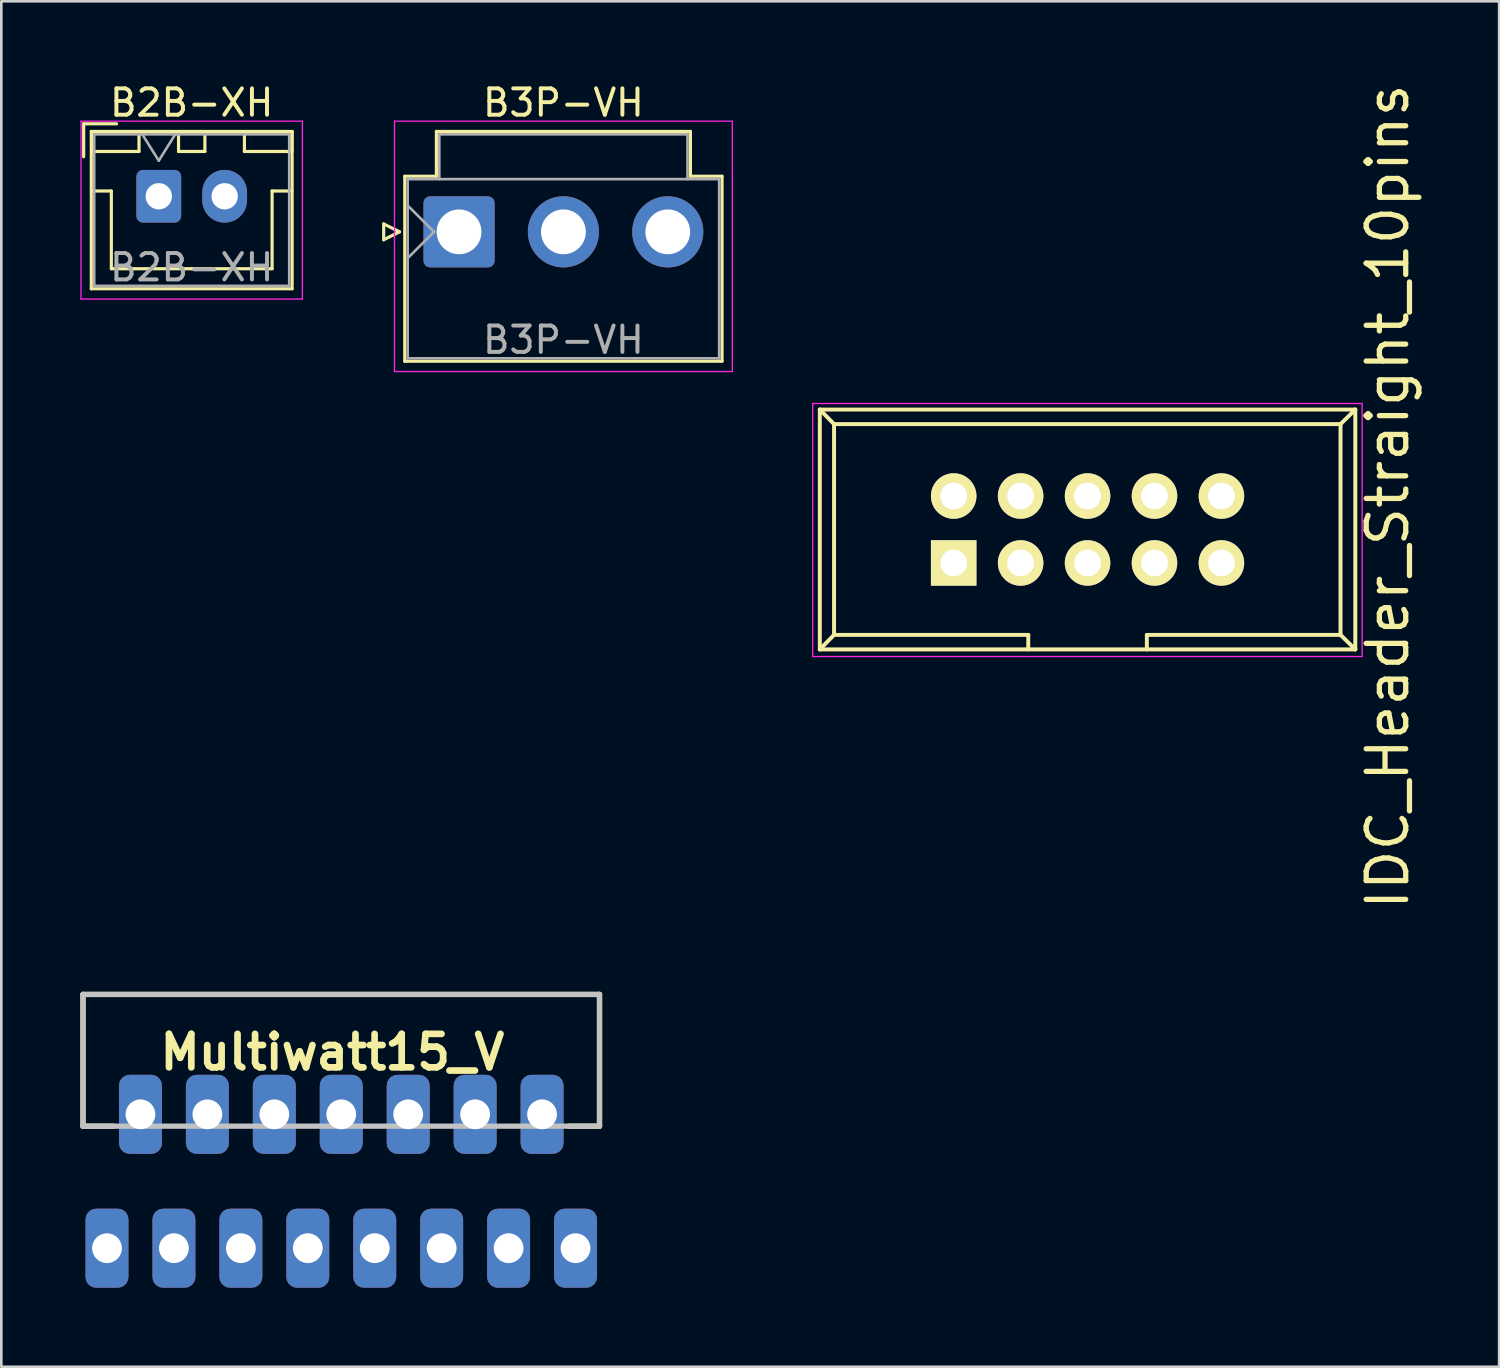
<source format=kicad_pcb>
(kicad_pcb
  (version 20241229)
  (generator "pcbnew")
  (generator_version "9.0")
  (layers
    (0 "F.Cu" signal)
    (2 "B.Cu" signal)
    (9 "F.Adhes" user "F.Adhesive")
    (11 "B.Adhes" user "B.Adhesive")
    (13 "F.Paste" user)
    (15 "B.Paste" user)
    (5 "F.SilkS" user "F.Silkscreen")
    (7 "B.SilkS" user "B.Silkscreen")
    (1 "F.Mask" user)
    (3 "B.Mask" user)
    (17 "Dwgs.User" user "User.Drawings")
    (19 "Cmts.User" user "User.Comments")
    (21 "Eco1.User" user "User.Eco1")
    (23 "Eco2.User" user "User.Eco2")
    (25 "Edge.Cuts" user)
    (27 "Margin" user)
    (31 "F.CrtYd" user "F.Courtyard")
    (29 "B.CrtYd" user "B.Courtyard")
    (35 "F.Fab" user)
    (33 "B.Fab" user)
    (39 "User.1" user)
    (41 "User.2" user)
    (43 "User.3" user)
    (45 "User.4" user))
  (footprint "B3P-VH"
    (layer "F.Cu")
    (at 14.37 5.748)
    (property "Reference" "B3P-VH" (at 3.96 -4.9 0) (layer "F.SilkS") (effects (font (size 1 1) (thickness 0.15))))
    (attr through_hole)
    (fp_line (start -2.86 -0.3) (end -2.26 0) (stroke (width 0.12) (type solid)) (layer "F.SilkS"))
    (fp_line (start -2.86 0.3) (end -2.86 -0.3) (stroke (width 0.12) (type solid)) (layer "F.SilkS"))
    (fp_line (start -2.26 0) (end -2.86 0.3) (stroke (width 0.12) (type solid)) (layer "F.SilkS"))
    (fp_line (start -2.06 -2.11) (end -0.86 -2.11) (stroke (width 0.12) (type solid)) (layer "F.SilkS"))
    (fp_line (start -2.06 4.91) (end -2.06 -2.11) (stroke (width 0.12) (type solid)) (layer "F.SilkS"))
    (fp_line (start -0.86 -3.81) (end 8.78 -3.81) (stroke (width 0.12) (type solid)) (layer "F.SilkS"))
    (fp_line (start -0.86 -2.11) (end -0.86 -3.81) (stroke (width 0.12) (type solid)) (layer "F.SilkS"))
    (fp_line (start 8.78 -3.81) (end 8.78 -2.11) (stroke (width 0.12) (type solid)) (layer "F.SilkS"))
    (fp_line (start 8.78 -2.11) (end 9.98 -2.11) (stroke (width 0.12) (type solid)) (layer "F.SilkS"))
    (fp_line (start 9.98 -2.11) (end 9.98 4.91) (stroke (width 0.12) (type solid)) (layer "F.SilkS"))
    (fp_line (start 9.98 4.91) (end -2.06 4.91) (stroke (width 0.12) (type solid)) (layer "F.SilkS"))
    (fp_line (start -2.45 -4.2) (end -2.45 5.3) (stroke (width 0.05) (type solid)) (layer "F.CrtYd"))
    (fp_line (start -2.45 5.3) (end 10.37 5.3) (stroke (width 0.05) (type solid)) (layer "F.CrtYd"))
    (fp_line (start 10.37 -4.2) (end -2.45 -4.2) (stroke (width 0.05) (type solid)) (layer "F.CrtYd"))
    (fp_line (start 10.37 5.3) (end 10.37 -4.2) (stroke (width 0.05) (type solid)) (layer "F.CrtYd"))
    (fp_line (start -1.95 -2) (end -1.95 4.8) (stroke (width 0.1) (type solid)) (layer "F.Fab"))
    (fp_line (start -1.95 -1) (end -0.95 0) (stroke (width 0.1) (type solid)) (layer "F.Fab"))
    (fp_line (start -1.95 1) (end -0.95 0) (stroke (width 0.1) (type solid)) (layer "F.Fab"))
    (fp_line (start -1.95 4.8) (end 9.87 4.8) (stroke (width 0.1) (type solid)) (layer "F.Fab"))
    (fp_line (start -0.75 -3.7) (end 8.67 -3.7) (stroke (width 0.1) (type solid)) (layer "F.Fab"))
    (fp_line (start -0.75 -2) (end -0.75 -3.7) (stroke (width 0.1) (type solid)) (layer "F.Fab"))
    (fp_line (start 8.67 -3.7) (end 8.67 -2) (stroke (width 0.1) (type solid)) (layer "F.Fab"))
    (fp_line (start 9.87 -2) (end -1.95 -2) (stroke (width 0.1) (type solid)) (layer "F.Fab"))
    (fp_line (start 9.87 4.8) (end 9.87 -2) (stroke (width 0.1) (type solid)) (layer "F.Fab"))
    (fp_text user "${REFERENCE}" (at 3.96 4.1 0) (layer "F.Fab") (effects (font (size 1 1) (thickness 0.15))))
    (pad "1" thru_hole roundrect (at 0 0) (size 2.7 2.7) (drill 1.7) (layers "*.Cu" "*.Mask") (roundrect_rratio 0.093))
    (pad "2" thru_hole circle (at 3.96 0) (size 2.7 2.7) (drill 1.7) (layers "*.Cu" "*.Mask"))
    (pad "3" thru_hole circle (at 7.92 0) (size 2.7 2.7) (drill 1.7) (layers "*.Cu" "*.Mask")))
  (footprint "IDC_Header_Straight_10pins"
    (layer "F.Cu")
    (at 33.14 18.313)
    (property "Reference" "IDC_Header_Straight_10pins" (at 16.47 -2.52 90) (layer "F.SilkS") (effects (font (size 1.5 1.5) (thickness 0.2))))
    (attr through_hole)
    (fp_line (start -5.08 -5.82) (end -5.08 3.28) (stroke (width 0.15) (type solid)) (layer "F.SilkS"))
    (fp_line (start -5.08 -5.82) (end -4.54 -5.27) (stroke (width 0.15) (type solid)) (layer "F.SilkS"))
    (fp_line (start -5.08 -5.82) (end 15.24 -5.82) (stroke (width 0.15) (type solid)) (layer "F.SilkS"))
    (fp_line (start -5.08 3.28) (end -4.54 2.73) (stroke (width 0.15) (type solid)) (layer "F.SilkS"))
    (fp_line (start -5.08 3.28) (end 15.24 3.28) (stroke (width 0.15) (type solid)) (layer "F.SilkS"))
    (fp_line (start -4.54 -5.27) (end -4.54 2.73) (stroke (width 0.15) (type solid)) (layer "F.SilkS"))
    (fp_line (start -4.54 -5.27) (end 14.68 -5.27) (stroke (width 0.15) (type solid)) (layer "F.SilkS"))
    (fp_line (start -4.54 2.73) (end 2.83 2.73) (stroke (width 0.15) (type solid)) (layer "F.SilkS"))
    (fp_line (start 2.83 2.73) (end 2.83 3.28) (stroke (width 0.15) (type solid)) (layer "F.SilkS"))
    (fp_line (start 7.33 2.73) (end 7.33 3.28) (stroke (width 0.15) (type solid)) (layer "F.SilkS"))
    (fp_line (start 7.33 2.73) (end 14.68 2.73) (stroke (width 0.15) (type solid)) (layer "F.SilkS"))
    (fp_line (start 14.68 -5.27) (end 14.68 2.73) (stroke (width 0.15) (type solid)) (layer "F.SilkS"))
    (fp_line (start 15.24 -5.82) (end 14.68 -5.27) (stroke (width 0.15) (type solid)) (layer "F.SilkS"))
    (fp_line (start 15.24 -5.82) (end 15.24 3.28) (stroke (width 0.15) (type solid)) (layer "F.SilkS"))
    (fp_line (start 15.24 3.28) (end 14.68 2.73) (stroke (width 0.15) (type solid)) (layer "F.SilkS"))
    (fp_line (start -5.35 -6.05) (end 15.5 -6.05) (stroke (width 0.05) (type solid)) (layer "F.CrtYd"))
    (fp_line (start -5.35 3.55) (end -5.35 -6.05) (stroke (width 0.05) (type solid)) (layer "F.CrtYd"))
    (fp_line (start 15.5 -6.05) (end 15.5 3.55) (stroke (width 0.05) (type solid)) (layer "F.CrtYd"))
    (fp_line (start 15.5 3.55) (end -5.35 3.55) (stroke (width 0.05) (type solid)) (layer "F.CrtYd"))
    (pad "1" thru_hole rect (at 0 0) (size 1.727 1.727) (drill 1.016) (layers "*.Cu" "*.Mask" "F.SilkS"))
    (pad "2" thru_hole oval (at 0 -2.54) (size 1.727 1.727) (drill 1.016) (layers "*.Cu" "*.Mask" "F.SilkS"))
    (pad "3" thru_hole oval (at 2.54 0) (size 1.727 1.727) (drill 1.016) (layers "*.Cu" "*.Mask" "F.SilkS"))
    (pad "4" thru_hole oval (at 2.54 -2.54) (size 1.727 1.727) (drill 1.016) (layers "*.Cu" "*.Mask" "F.SilkS"))
    (pad "5" thru_hole oval (at 5.08 0) (size 1.727 1.727) (drill 1.016) (layers "*.Cu" "*.Mask" "F.SilkS"))
    (pad "6" thru_hole oval (at 5.08 -2.54) (size 1.727 1.727) (drill 1.016) (layers "*.Cu" "*.Mask" "F.SilkS"))
    (pad "7" thru_hole oval (at 7.62 0) (size 1.727 1.727) (drill 1.016) (layers "*.Cu" "*.Mask" "F.SilkS"))
    (pad "8" thru_hole oval (at 7.62 -2.54) (size 1.727 1.727) (drill 1.016) (layers "*.Cu" "*.Mask" "F.SilkS"))
    (pad "9" thru_hole oval (at 10.16 0) (size 1.727 1.727) (drill 1.016) (layers "*.Cu" "*.Mask" "F.SilkS"))
    (pad "10" thru_hole oval (at 10.16 -2.54) (size 1.727 1.727) (drill 1.016) (layers "*.Cu" "*.Mask" "F.SilkS")))
  (footprint "B2B-XH"
    (layer "F.Cu")
    (at 2.975 4.398)
    (property "Reference" "B2B-XH" (at 1.25 -3.55 0) (layer "F.SilkS") (effects (font (size 1 1) (thickness 0.15))))
    (attr through_hole)
    (fp_line (start -2.85 -2.75) (end -2.85 -1.5) (stroke (width 0.12) (type solid)) (layer "F.SilkS"))
    (fp_line (start -2.56 -2.46) (end -2.56 3.51) (stroke (width 0.12) (type solid)) (layer "F.SilkS"))
    (fp_line (start -2.56 3.51) (end 5.06 3.51) (stroke (width 0.12) (type solid)) (layer "F.SilkS"))
    (fp_line (start -2.55 -2.45) (end -2.55 -1.7) (stroke (width 0.12) (type solid)) (layer "F.SilkS"))
    (fp_line (start -2.55 -1.7) (end -0.75 -1.7) (stroke (width 0.12) (type solid)) (layer "F.SilkS"))
    (fp_line (start -2.55 -0.2) (end -1.8 -0.2) (stroke (width 0.12) (type solid)) (layer "F.SilkS"))
    (fp_line (start -1.8 -0.2) (end -1.8 2.75) (stroke (width 0.12) (type solid)) (layer "F.SilkS"))
    (fp_line (start -1.8 2.75) (end 1.25 2.75) (stroke (width 0.12) (type solid)) (layer "F.SilkS"))
    (fp_line (start -1.6 -2.75) (end -2.85 -2.75) (stroke (width 0.12) (type solid)) (layer "F.SilkS"))
    (fp_line (start -0.75 -2.45) (end -2.55 -2.45) (stroke (width 0.12) (type solid)) (layer "F.SilkS"))
    (fp_line (start -0.75 -1.7) (end -0.75 -2.45) (stroke (width 0.12) (type solid)) (layer "F.SilkS"))
    (fp_line (start 0.75 -2.45) (end 0.75 -1.7) (stroke (width 0.12) (type solid)) (layer "F.SilkS"))
    (fp_line (start 0.75 -1.7) (end 1.75 -1.7) (stroke (width 0.12) (type solid)) (layer "F.SilkS"))
    (fp_line (start 1.75 -2.45) (end 0.75 -2.45) (stroke (width 0.12) (type solid)) (layer "F.SilkS"))
    (fp_line (start 1.75 -1.7) (end 1.75 -2.45) (stroke (width 0.12) (type solid)) (layer "F.SilkS"))
    (fp_line (start 3.25 -2.45) (end 3.25 -1.7) (stroke (width 0.12) (type solid)) (layer "F.SilkS"))
    (fp_line (start 3.25 -1.7) (end 5.05 -1.7) (stroke (width 0.12) (type solid)) (layer "F.SilkS"))
    (fp_line (start 4.3 -0.2) (end 4.3 2.75) (stroke (width 0.12) (type solid)) (layer "F.SilkS"))
    (fp_line (start 4.3 2.75) (end 1.25 2.75) (stroke (width 0.12) (type solid)) (layer "F.SilkS"))
    (fp_line (start 5.05 -2.45) (end 3.25 -2.45) (stroke (width 0.12) (type solid)) (layer "F.SilkS"))
    (fp_line (start 5.05 -1.7) (end 5.05 -2.45) (stroke (width 0.12) (type solid)) (layer "F.SilkS"))
    (fp_line (start 5.05 -0.2) (end 4.3 -0.2) (stroke (width 0.12) (type solid)) (layer "F.SilkS"))
    (fp_line (start 5.06 -2.46) (end -2.56 -2.46) (stroke (width 0.12) (type solid)) (layer "F.SilkS"))
    (fp_line (start 5.06 3.51) (end 5.06 -2.46) (stroke (width 0.12) (type solid)) (layer "F.SilkS"))
    (fp_line (start -2.95 -2.85) (end -2.95 3.9) (stroke (width 0.05) (type solid)) (layer "F.CrtYd"))
    (fp_line (start -2.95 3.9) (end 5.45 3.9) (stroke (width 0.05) (type solid)) (layer "F.CrtYd"))
    (fp_line (start 5.45 -2.85) (end -2.95 -2.85) (stroke (width 0.05) (type solid)) (layer "F.CrtYd"))
    (fp_line (start 5.45 3.9) (end 5.45 -2.85) (stroke (width 0.05) (type solid)) (layer "F.CrtYd"))
    (fp_line (start -2.45 -2.35) (end -2.45 3.4) (stroke (width 0.1) (type solid)) (layer "F.Fab"))
    (fp_line (start -2.45 3.4) (end 4.95 3.4) (stroke (width 0.1) (type solid)) (layer "F.Fab"))
    (fp_line (start -0.625 -2.35) (end 0 -1.35) (stroke (width 0.1) (type solid)) (layer "F.Fab"))
    (fp_line (start 0 -1.35) (end 0.625 -2.35) (stroke (width 0.1) (type solid)) (layer "F.Fab"))
    (fp_line (start 4.95 -2.35) (end -2.45 -2.35) (stroke (width 0.1) (type solid)) (layer "F.Fab"))
    (fp_line (start 4.95 3.4) (end 4.95 -2.35) (stroke (width 0.1) (type solid)) (layer "F.Fab"))
    (fp_text user "${REFERENCE}" (at 1.25 2.7 0) (layer "F.Fab") (effects (font (size 1 1) (thickness 0.15))))
    (pad "1" thru_hole roundrect (at 0 0) (size 1.7 2) (drill 1) (layers "*.Cu" "*.Mask") (roundrect_rratio 0.147))
    (pad "2" thru_hole oval (at 2.5 0) (size 1.7 2) (drill 1) (layers "*.Cu" "*.Mask")))
  (footprint "Multiwatt15_V"
    (layer "F.Cu")
    (at 9.9 39.236)
    (property "Reference" "Multiwatt15_V" (at -0.338 -2.357 0) (layer "F.SilkS") (effects (font (size 1.27 1.27) (thickness 0.254))))
    (attr through_hole)
    (fp_line (start -9.8 -4.55) (end 9.8 -4.55) (stroke (width 0.2) (type solid)) (layer "F.SilkS"))
    (fp_line (start -9.8 0.45) (end -9.8 -4.55) (stroke (width 0.2) (type solid)) (layer "F.SilkS"))
    (fp_line (start -9.8 0.45) (end -8.638 0.45) (stroke (width 0.2) (type solid)) (layer "F.SilkS"))
    (fp_line (start 9.8 -4.55) (end 9.8 0.45) (stroke (width 0.2) (type solid)) (layer "F.SilkS"))
    (fp_line (start 9.8 0.45) (end 8.638 0.45) (stroke (width 0.2) (type solid)) (layer "F.SilkS"))
    (fp_line (start -9.8 -4.55) (end 9.8 -4.55) (stroke (width 0.2) (type solid)) (layer "Dwgs.User"))
    (fp_line (start -9.8 0.45) (end -9.8 -4.55) (stroke (width 0.2) (type solid)) (layer "Dwgs.User"))
    (fp_line (start 9.8 -4.55) (end 9.8 0.45) (stroke (width 0.2) (type solid)) (layer "Dwgs.User"))
    (fp_line (start 9.8 0.45) (end -9.8 0.45) (stroke (width 0.2) (type solid)) (layer "Dwgs.User"))
    (pad "1" thru_hole roundrect (at -8.89 5.08) (size 1.63 3) (drill 1.13) (layers "*.Cu" "*.Mask") (roundrect_rratio 0.25))
    (pad "2" thru_hole roundrect (at -7.62 0) (size 1.63 3) (drill 1.13) (layers "*.Cu" "*.Mask") (roundrect_rratio 0.25))
    (pad "3" thru_hole roundrect (at -6.35 5.08) (size 1.63 3) (drill 1.13) (layers "*.Cu" "*.Mask") (roundrect_rratio 0.25))
    (pad "4" thru_hole roundrect (at -5.08 0) (size 1.63 3) (drill 1.13) (layers "*.Cu" "*.Mask") (roundrect_rratio 0.25))
    (pad "5" thru_hole roundrect (at -3.81 5.08) (size 1.63 3) (drill 1.13) (layers "*.Cu" "*.Mask") (roundrect_rratio 0.25))
    (pad "6" thru_hole roundrect (at -2.54 0) (size 1.63 3) (drill 1.13) (layers "*.Cu" "*.Mask") (roundrect_rratio 0.25))
    (pad "7" thru_hole roundrect (at -1.27 5.08) (size 1.63 3) (drill 1.13) (layers "*.Cu" "*.Mask") (roundrect_rratio 0.25))
    (pad "8" thru_hole roundrect (at 0 0) (size 1.63 3) (drill 1.13) (layers "*.Cu" "*.Mask") (roundrect_rratio 0.25))
    (pad "9" thru_hole roundrect (at 1.27 5.08) (size 1.63 3) (drill 1.13) (layers "*.Cu" "*.Mask") (roundrect_rratio 0.25))
    (pad "10" thru_hole roundrect (at 2.54 0) (size 1.63 3) (drill 1.13) (layers "*.Cu" "*.Mask") (roundrect_rratio 0.25))
    (pad "11" thru_hole roundrect (at 3.81 5.08) (size 1.63 3) (drill 1.13) (layers "*.Cu" "*.Mask") (roundrect_rratio 0.25))
    (pad "12" thru_hole roundrect (at 5.08 0) (size 1.63 3) (drill 1.13) (layers "*.Cu" "*.Mask") (roundrect_rratio 0.25))
    (pad "13" thru_hole roundrect (at 6.35 5.08) (size 1.63 3) (drill 1.13) (layers "*.Cu" "*.Mask") (roundrect_rratio 0.25))
    (pad "14" thru_hole roundrect (at 7.62 0) (size 1.63 3) (drill 1.13) (layers "*.Cu" "*.Mask") (roundrect_rratio 0.25))
    (pad "15" thru_hole roundrect (at 8.89 5.08) (size 1.63 3) (drill 1.13) (layers "*.Cu" "*.Mask") (roundrect_rratio 0.25)))
  (gr_rect
    (start -3 -3)
    (end 53.839 48.816)
    (stroke (width 0.1) (type default))
    (fill no)
    (layer "Edge.Cuts")))
</source>
